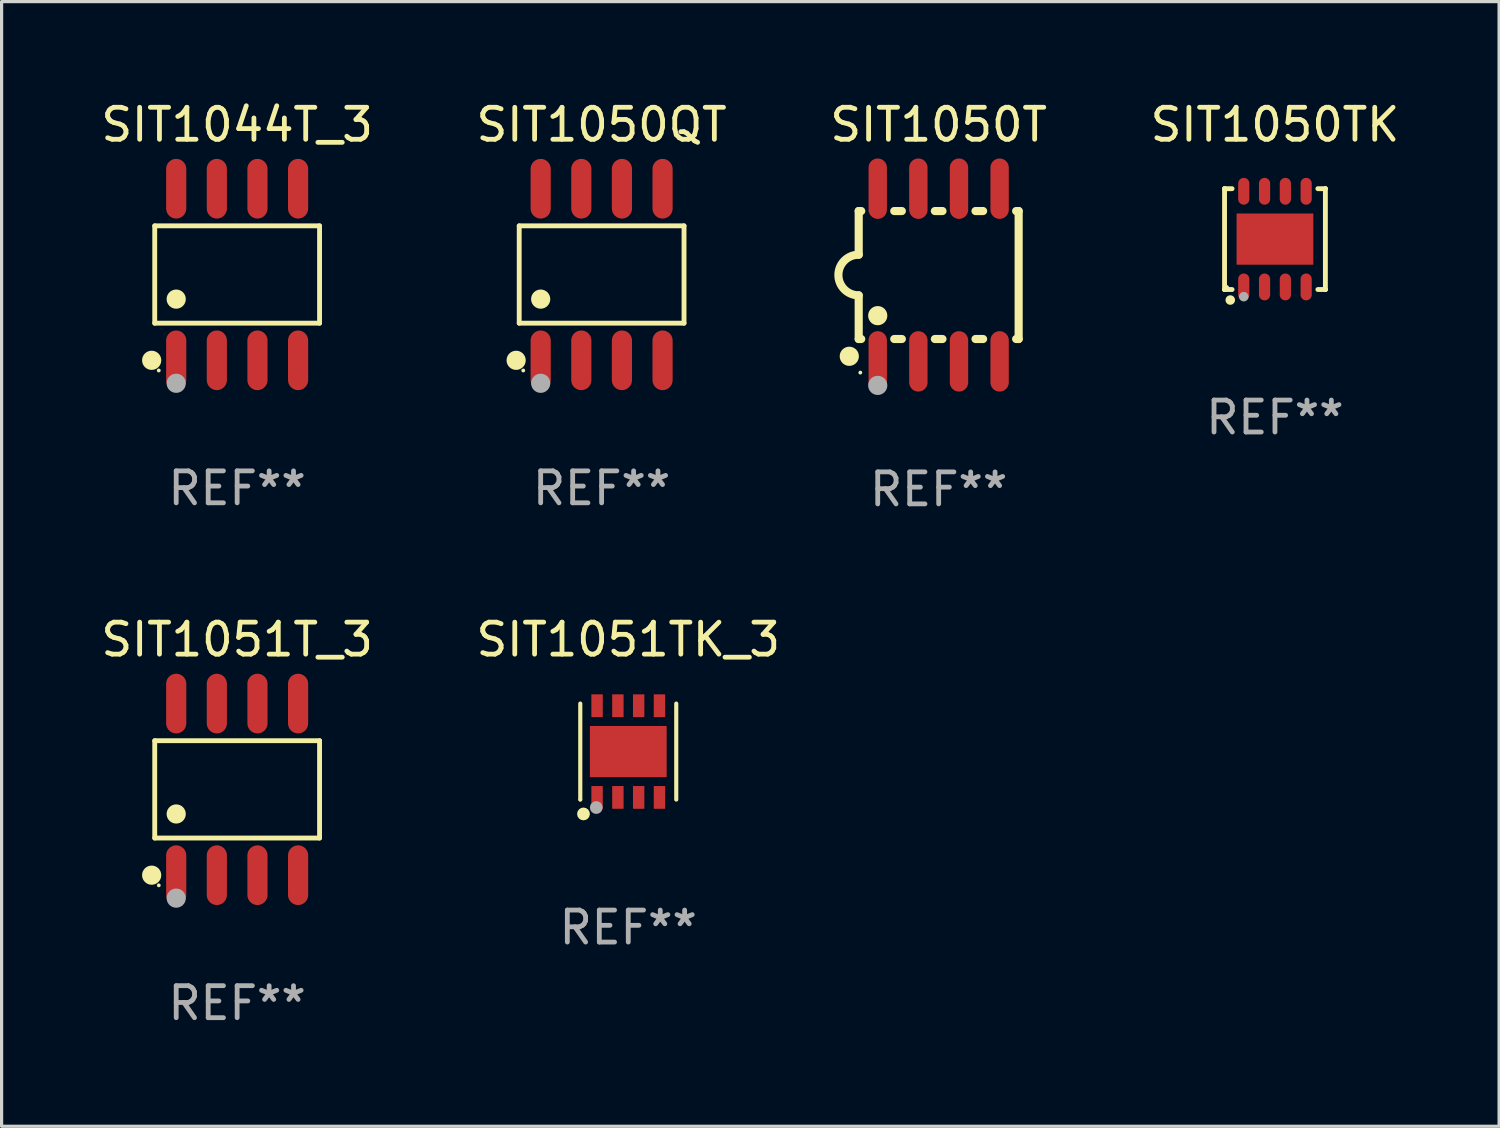
<source format=kicad_pcb>
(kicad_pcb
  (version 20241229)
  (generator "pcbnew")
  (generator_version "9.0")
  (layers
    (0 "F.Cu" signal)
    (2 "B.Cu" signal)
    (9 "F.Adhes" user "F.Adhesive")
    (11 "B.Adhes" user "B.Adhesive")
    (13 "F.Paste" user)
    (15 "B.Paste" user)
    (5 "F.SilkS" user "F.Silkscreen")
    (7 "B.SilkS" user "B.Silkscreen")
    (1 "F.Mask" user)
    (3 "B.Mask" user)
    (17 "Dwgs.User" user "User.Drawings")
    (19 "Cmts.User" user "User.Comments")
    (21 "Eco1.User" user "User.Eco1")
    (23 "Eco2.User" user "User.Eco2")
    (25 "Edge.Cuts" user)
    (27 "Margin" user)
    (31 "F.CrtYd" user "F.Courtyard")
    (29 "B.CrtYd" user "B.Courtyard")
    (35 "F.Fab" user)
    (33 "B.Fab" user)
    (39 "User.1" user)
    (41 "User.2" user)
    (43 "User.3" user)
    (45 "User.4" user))
  (footprint "SIT1050TK"
    (layer "F.Cu")
    (at 36.804 4.424)
    (property "Reference" "SIT1050TK" (at 0 -3.576 0) (layer "F.SilkS") (effects (font (size 1 1) (thickness 0.15))))
    (attr through_hole)
    (fp_line (start -1.576 -1.576) (end -1.576 -1.576) (stroke (width 0.152) (type solid)) (layer "F.SilkS"))
    (fp_line (start -1.576 -1.576) (end -1.341 -1.576) (stroke (width 0.152) (type solid)) (layer "F.SilkS"))
    (fp_line (start -1.576 1.576) (end -1.576 -1.576) (stroke (width 0.152) (type solid)) (layer "F.SilkS"))
    (fp_line (start -1.576 1.576) (end -1.576 1.576) (stroke (width 0.152) (type solid)) (layer "F.SilkS"))
    (fp_line (start -1.341 1.576) (end -1.576 1.576) (stroke (width 0.152) (type solid)) (layer "F.SilkS"))
    (fp_line (start 1.341 1.576) (end 1.576 1.576) (stroke (width 0.152) (type solid)) (layer "F.SilkS"))
    (fp_line (start 1.576 -1.576) (end 1.341 -1.576) (stroke (width 0.152) (type solid)) (layer "F.SilkS"))
    (fp_line (start 1.576 -1.576) (end 1.576 -1.576) (stroke (width 0.152) (type solid)) (layer "F.SilkS"))
    (fp_line (start 1.576 1.576) (end 1.576 -1.576) (stroke (width 0.152) (type solid)) (layer "F.SilkS"))
    (fp_line (start 1.576 1.576) (end 1.576 1.576) (stroke (width 0.152) (type solid)) (layer "F.SilkS"))
    (fp_circle (center -1.5 1.5) (end -1.47 1.5) (stroke (width 0.06) (type solid)) (fill no) (layer "F.SilkS"))
    (fp_circle (center -1.397 1.905) (end -1.322 1.905) (stroke (width 0.15) (type solid)) (fill no) (layer "F.SilkS"))
    (fp_circle (center -0.975 1.8) (end -0.9 1.8) (stroke (width 0.15) (type solid)) (fill no) (layer "F.Fab"))
    (fp_text user "REF**" (at 0 5.576 0) (layer "F.Fab") (effects (font (size 1 1) (thickness 0.15))))
    (pad "1" smd oval (at -0.975 1.495) (size 0.35 0.84) (layers "F.Cu" "F.Mask" "F.Paste"))
    (pad "2" smd oval (at -0.325 1.495) (size 0.35 0.84) (layers "F.Cu" "F.Mask" "F.Paste"))
    (pad "3" smd oval (at 0.325 1.495) (size 0.35 0.84) (layers "F.Cu" "F.Mask" "F.Paste"))
    (pad "4" smd oval (at 0.975 1.495) (size 0.35 0.84) (layers "F.Cu" "F.Mask" "F.Paste"))
    (pad "5" smd oval (at 0.975 -1.495) (size 0.35 0.84) (layers "F.Cu" "F.Mask" "F.Paste"))
    (pad "6" smd oval (at 0.325 -1.495) (size 0.35 0.84) (layers "F.Cu" "F.Mask" "F.Paste"))
    (pad "7" smd oval (at -0.325 -1.495) (size 0.35 0.84) (layers "F.Cu" "F.Mask" "F.Paste"))
    (pad "8" smd oval (at -0.975 -1.495) (size 0.35 0.84) (layers "F.Cu" "F.Mask" "F.Paste"))
    (pad "9" smd rect (at 0 0) (size 2.4 1.6) (layers "F.Cu" "F.Mask" "F.Paste")))
  (footprint "SIT1051T_3"
    (layer "F.Cu")
    (at 4.363 21.625)
    (property "Reference" "SIT1051T_3" (at 0 -4.682 0) (layer "F.SilkS") (effects (font (size 1 1) (thickness 0.15))))
    (attr through_hole)
    (fp_line (start -2.576 -1.521) (end 2.576 -1.521) (stroke (width 0.152) (type solid)) (layer "F.SilkS"))
    (fp_line (start -2.576 1.521) (end -2.576 -1.521) (stroke (width 0.152) (type solid)) (layer "F.SilkS"))
    (fp_line (start 2.576 -1.521) (end 2.576 1.521) (stroke (width 0.152) (type solid)) (layer "F.SilkS"))
    (fp_line (start 2.576 1.521) (end -2.576 1.521) (stroke (width 0.152) (type solid)) (layer "F.SilkS"))
    (fp_circle (center -2.672 2.682) (end -2.522 2.682) (stroke (width 0.3) (type solid)) (fill no) (layer "F.SilkS"))
    (fp_circle (center -2.45 3) (end -2.42 3) (stroke (width 0.06) (type solid)) (fill no) (layer "F.SilkS"))
    (fp_circle (center -1.905 0.769) (end -1.755 0.769) (stroke (width 0.3) (type solid)) (fill no) (layer "F.SilkS"))
    (fp_circle (center -1.905 3.4) (end -1.755 3.4) (stroke (width 0.3) (type solid)) (fill no) (layer "F.Fab"))
    (fp_text user "REF**" (at 0 6.682 0) (layer "F.Fab") (effects (font (size 1 1) (thickness 0.15))))
    (pad "1" smd oval (at -1.905 2.682) (size 0.63 1.865) (layers "F.Cu" "F.Mask" "F.Paste"))
    (pad "2" smd oval (at -0.635 2.682) (size 0.63 1.865) (layers "F.Cu" "F.Mask" "F.Paste"))
    (pad "3" smd oval (at 0.635 2.682) (size 0.63 1.865) (layers "F.Cu" "F.Mask" "F.Paste"))
    (pad "4" smd oval (at 1.905 2.682) (size 0.63 1.865) (layers "F.Cu" "F.Mask" "F.Paste"))
    (pad "5" smd oval (at 1.905 -2.682) (size 0.63 1.865) (layers "F.Cu" "F.Mask" "F.Paste"))
    (pad "6" smd oval (at 0.635 -2.682) (size 0.63 1.865) (layers "F.Cu" "F.Mask" "F.Paste"))
    (pad "7" smd oval (at -0.635 -2.682) (size 0.63 1.865) (layers "F.Cu" "F.Mask" "F.Paste"))
    (pad "8" smd oval (at -1.905 -2.682) (size 0.63 1.865) (layers "F.Cu" "F.Mask" "F.Paste")))
  (footprint "SIT1050T"
    (layer "F.Cu")
    (at 26.292 5.547)
    (property "Reference" "SIT1050T" (at 0 -4.699 0) (layer "F.SilkS") (effects (font (size 1 1) (thickness 0.15))))
    (attr through_hole)
    (fp_line (start -2.5 -2) (end -2.5 -0.635) (stroke (width 0.254) (type solid)) (layer "F.SilkS"))
    (fp_line (start -2.5 -2) (end -2.421 -2) (stroke (width 0.254) (type solid)) (layer "F.SilkS"))
    (fp_line (start -2.5 2) (end -2.5 0.635) (stroke (width 0.254) (type solid)) (layer "F.SilkS"))
    (fp_line (start -2.5 2) (end -2.421 2) (stroke (width 0.254) (type solid)) (layer "F.SilkS"))
    (fp_line (start -1.389 -2) (end -1.151 -2) (stroke (width 0.254) (type solid)) (layer "F.SilkS"))
    (fp_line (start -1.389 2) (end -1.151 2) (stroke (width 0.254) (type solid)) (layer "F.SilkS"))
    (fp_line (start -0.119 -2) (end 0.119 -2) (stroke (width 0.254) (type solid)) (layer "F.SilkS"))
    (fp_line (start -0.119 2) (end 0.119 2) (stroke (width 0.254) (type solid)) (layer "F.SilkS"))
    (fp_line (start 1.151 -2) (end 1.389 -2) (stroke (width 0.254) (type solid)) (layer "F.SilkS"))
    (fp_line (start 1.151 2) (end 1.389 2) (stroke (width 0.254) (type solid)) (layer "F.SilkS"))
    (fp_line (start 2.421 -2) (end 2.5 -2) (stroke (width 0.254) (type solid)) (layer "F.SilkS"))
    (fp_line (start 2.421 2) (end 2.5 2) (stroke (width 0.254) (type solid)) (layer "F.SilkS"))
    (fp_line (start 2.5 -2) (end 2.5 2) (stroke (width 0.254) (type solid)) (layer "F.SilkS"))
    (fp_arc (start -2.5 0.635001) (mid -3.134366 -0.000318) (end -2.499365 -0.635001) (stroke (width 0.254001) (type solid)) (layer "F.SilkS"))
    (fp_circle (center -2.794 2.54) (end -2.644 2.54) (stroke (width 0.3) (type solid)) (fill no) (layer "F.SilkS"))
    (fp_circle (center -2.45 3.05) (end -2.42 3.05) (stroke (width 0.06) (type solid)) (fill no) (layer "F.SilkS"))
    (fp_circle (center -1.905 1.27) (end -1.755 1.27) (stroke (width 0.3) (type solid)) (fill no) (layer "F.SilkS"))
    (fp_circle (center -1.905 3.45) (end -1.755 3.45) (stroke (width 0.3) (type solid)) (fill no) (layer "F.Fab"))
    (fp_text user "REF**" (at 0 6.699 0) (layer "F.Fab") (effects (font (size 1 1) (thickness 0.15))))
    (pad "1" smd oval (at -1.905 2.699) (size 0.574 1.888) (layers "F.Cu" "F.Mask" "F.Paste"))
    (pad "2" smd oval (at -0.635 2.699) (size 0.574 1.888) (layers "F.Cu" "F.Mask" "F.Paste"))
    (pad "3" smd oval (at 0.635 2.699) (size 0.574 1.888) (layers "F.Cu" "F.Mask" "F.Paste"))
    (pad "4" smd oval (at 1.905 2.699) (size 0.574 1.888) (layers "F.Cu" "F.Mask" "F.Paste"))
    (pad "5" smd oval (at 1.905 -2.699) (size 0.574 1.888) (layers "F.Cu" "F.Mask" "F.Paste"))
    (pad "6" smd oval (at 0.635 -2.699) (size 0.574 1.888) (layers "F.Cu" "F.Mask" "F.Paste"))
    (pad "7" smd oval (at -0.635 -2.699) (size 0.574 1.888) (layers "F.Cu" "F.Mask" "F.Paste"))
    (pad "8" smd oval (at -1.905 -2.699) (size 0.574 1.888) (layers "F.Cu" "F.Mask" "F.Paste")))
  (footprint "SIT1044T_3"
    (layer "F.Cu")
    (at 4.363 5.531)
    (property "Reference" "SIT1044T_3" (at 0 -4.682 0) (layer "F.SilkS") (effects (font (size 1 1) (thickness 0.15))))
    (attr through_hole)
    (fp_line (start -2.576 -1.521) (end 2.576 -1.521) (stroke (width 0.152) (type solid)) (layer "F.SilkS"))
    (fp_line (start -2.576 1.521) (end -2.576 -1.521) (stroke (width 0.152) (type solid)) (layer "F.SilkS"))
    (fp_line (start 2.576 -1.521) (end 2.576 1.521) (stroke (width 0.152) (type solid)) (layer "F.SilkS"))
    (fp_line (start 2.576 1.521) (end -2.576 1.521) (stroke (width 0.152) (type solid)) (layer "F.SilkS"))
    (fp_circle (center -2.672 2.682) (end -2.522 2.682) (stroke (width 0.3) (type solid)) (fill no) (layer "F.SilkS"))
    (fp_circle (center -2.45 3) (end -2.42 3) (stroke (width 0.06) (type solid)) (fill no) (layer "F.SilkS"))
    (fp_circle (center -1.905 0.769) (end -1.755 0.769) (stroke (width 0.3) (type solid)) (fill no) (layer "F.SilkS"))
    (fp_circle (center -1.905 3.4) (end -1.755 3.4) (stroke (width 0.3) (type solid)) (fill no) (layer "F.Fab"))
    (fp_text user "REF**" (at 0 6.682 0) (layer "F.Fab") (effects (font (size 1 1) (thickness 0.15))))
    (pad "1" smd oval (at -1.905 2.682) (size 0.63 1.865) (layers "F.Cu" "F.Mask" "F.Paste"))
    (pad "2" smd oval (at -0.635 2.682) (size 0.63 1.865) (layers "F.Cu" "F.Mask" "F.Paste"))
    (pad "3" smd oval (at 0.635 2.682) (size 0.63 1.865) (layers "F.Cu" "F.Mask" "F.Paste"))
    (pad "4" smd oval (at 1.905 2.682) (size 0.63 1.865) (layers "F.Cu" "F.Mask" "F.Paste"))
    (pad "5" smd oval (at 1.905 -2.682) (size 0.63 1.865) (layers "F.Cu" "F.Mask" "F.Paste"))
    (pad "6" smd oval (at 0.635 -2.682) (size 0.63 1.865) (layers "F.Cu" "F.Mask" "F.Paste"))
    (pad "7" smd oval (at -0.635 -2.682) (size 0.63 1.865) (layers "F.Cu" "F.Mask" "F.Paste"))
    (pad "8" smd oval (at -1.905 -2.682) (size 0.63 1.865) (layers "F.Cu" "F.Mask" "F.Paste")))
  (footprint "SIT1051TK_3"
    (layer "F.Cu")
    (at 16.589 20.443)
    (property "Reference" "SIT1051TK_3" (at 0 -3.5 0) (layer "F.SilkS") (effects (font (size 1 1) (thickness 0.15))))
    (attr through_hole)
    (fp_line (start -1.5 1.5) (end -1.5 -1.5) (stroke (width 0.129) (type solid)) (layer "F.SilkS"))
    (fp_line (start 1.5 -1.5) (end 1.5 1.5) (stroke (width 0.129) (type solid)) (layer "F.SilkS"))
    (fp_circle (center -1.5 1.5) (end -1.47 1.5) (stroke (width 0.06) (type solid)) (fill no) (layer "F.SilkS"))
    (fp_circle (center -1.4 1.95) (end -1.3 1.95) (stroke (width 0.2) (type solid)) (fill no) (layer "F.SilkS"))
    (fp_circle (center -1 1.75) (end -0.9 1.75) (stroke (width 0.2) (type solid)) (fill no) (layer "F.Fab"))
    (fp_text user "REF**" (at 0 5.5 0) (layer "F.Fab") (effects (font (size 1 1) (thickness 0.15))))
    (pad "1" smd rect (at -0.975 1.433) (size 0.356 0.711) (layers "F.Cu" "F.Mask" "F.Paste"))
    (pad "2" smd rect (at -0.325 1.433) (size 0.356 0.711) (layers "F.Cu" "F.Mask" "F.Paste"))
    (pad "3" smd rect (at 0.325 1.433) (size 0.356 0.711) (layers "F.Cu" "F.Mask" "F.Paste"))
    (pad "4" smd rect (at 0.975 1.433) (size 0.356 0.711) (layers "F.Cu" "F.Mask" "F.Paste"))
    (pad "5" smd rect (at 0.975 -1.433) (size 0.356 0.711) (layers "F.Cu" "F.Mask" "F.Paste"))
    (pad "6" smd rect (at 0.325 -1.433) (size 0.356 0.711) (layers "F.Cu" "F.Mask" "F.Paste"))
    (pad "7" smd rect (at -0.325 -1.433) (size 0.356 0.711) (layers "F.Cu" "F.Mask" "F.Paste"))
    (pad "8" smd rect (at -0.975 -1.433) (size 0.356 0.711) (layers "F.Cu" "F.Mask" "F.Paste"))
    (pad "9" smd rect (at 0 0) (size 2.4 1.6) (layers "F.Cu" "F.Mask" "F.Paste")))
  (footprint "SIT1050QT"
    (layer "F.Cu")
    (at 15.756 5.531)
    (property "Reference" "SIT1050QT" (at 0 -4.682 0) (layer "F.SilkS") (effects (font (size 1 1) (thickness 0.15))))
    (attr through_hole)
    (fp_line (start -2.576 -1.521) (end 2.576 -1.521) (stroke (width 0.152) (type solid)) (layer "F.SilkS"))
    (fp_line (start -2.576 1.521) (end -2.576 -1.521) (stroke (width 0.152) (type solid)) (layer "F.SilkS"))
    (fp_line (start 2.576 -1.521) (end 2.576 1.521) (stroke (width 0.152) (type solid)) (layer "F.SilkS"))
    (fp_line (start 2.576 1.521) (end -2.576 1.521) (stroke (width 0.152) (type solid)) (layer "F.SilkS"))
    (fp_circle (center -2.672 2.682) (end -2.522 2.682) (stroke (width 0.3) (type solid)) (fill no) (layer "F.SilkS"))
    (fp_circle (center -2.45 3) (end -2.42 3) (stroke (width 0.06) (type solid)) (fill no) (layer "F.SilkS"))
    (fp_circle (center -1.905 0.769) (end -1.755 0.769) (stroke (width 0.3) (type solid)) (fill no) (layer "F.SilkS"))
    (fp_circle (center -1.905 3.4) (end -1.755 3.4) (stroke (width 0.3) (type solid)) (fill no) (layer "F.Fab"))
    (fp_text user "REF**" (at 0 6.682 0) (layer "F.Fab") (effects (font (size 1 1) (thickness 0.15))))
    (pad "1" smd oval (at -1.905 2.682) (size 0.63 1.865) (layers "F.Cu" "F.Mask" "F.Paste"))
    (pad "2" smd oval (at -0.635 2.682) (size 0.63 1.865) (layers "F.Cu" "F.Mask" "F.Paste"))
    (pad "3" smd oval (at 0.635 2.682) (size 0.63 1.865) (layers "F.Cu" "F.Mask" "F.Paste"))
    (pad "4" smd oval (at 1.905 2.682) (size 0.63 1.865) (layers "F.Cu" "F.Mask" "F.Paste"))
    (pad "5" smd oval (at 1.905 -2.682) (size 0.63 1.865) (layers "F.Cu" "F.Mask" "F.Paste"))
    (pad "6" smd oval (at 0.635 -2.682) (size 0.63 1.865) (layers "F.Cu" "F.Mask" "F.Paste"))
    (pad "7" smd oval (at -0.635 -2.682) (size 0.63 1.865) (layers "F.Cu" "F.Mask" "F.Paste"))
    (pad "8" smd oval (at -1.905 -2.682) (size 0.63 1.865) (layers "F.Cu" "F.Mask" "F.Paste")))
  (gr_rect
    (start -3 -3)
    (end 43.81 32.156)
    (stroke (width 0.1) (type default))
    (fill no)
    (layer "Edge.Cuts")))
</source>
